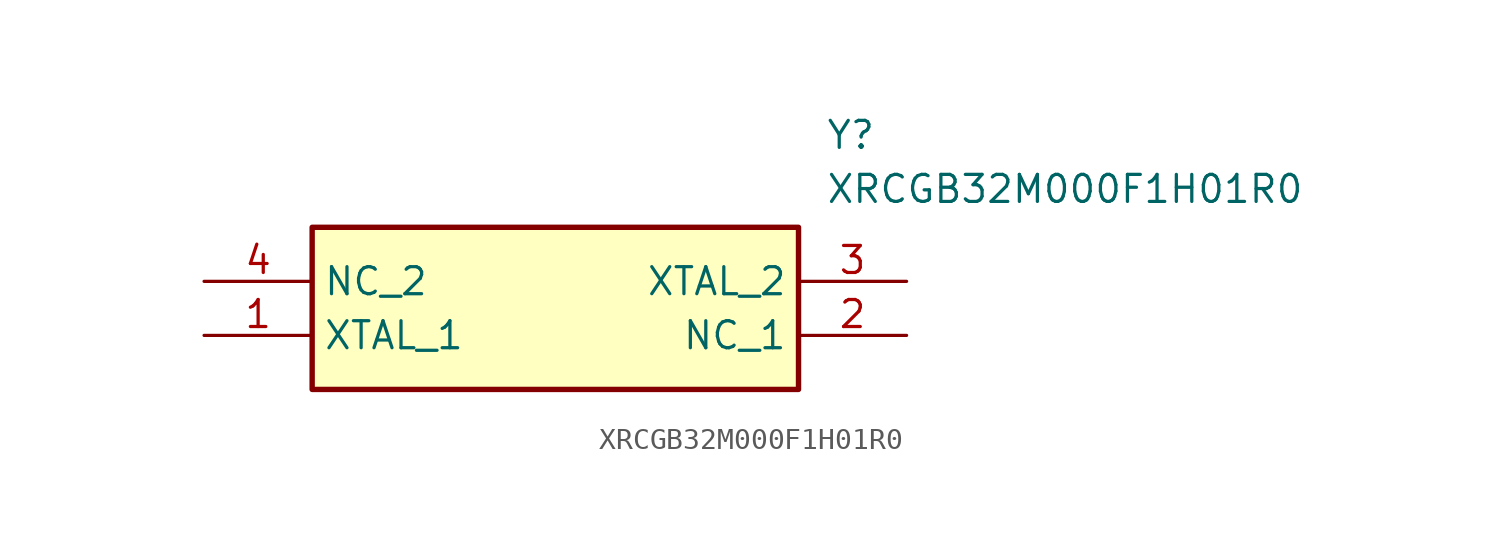
<source format=kicad_sym>
(kicad_symbol_lib
  (version 20211014)
  (generator SamacSys_ECAD_Model)
  (symbol "XRCGB32M000F1H01R0"
    (property "Reference" "Y"
      (at 29.21 7.62 0)
      (effects (font (size 1.27 1.27)) (justify left top)))
    (property "Value" "XRCGB32M000F1H01R0"
      (at 29.21 5.08 0)
      (effects (font (size 1.27 1.27)) (justify left top)))
    (rectangle
      (start 5.08 2.54)
      (end 27.94 -5.08)
      (stroke (width 0.254) (type default))
      (fill (type background)))
    (pin passive line
      (at 0 -2.54 0)
      (length 5.08)
      (name "XTAL_1" (effects (font (size 1.27 1.27))))
      (number "1" (effects (font (size 1.27 1.27)))))
    (pin passive line
      (at 33.02 -2.54 180)
      (length 5.08)
      (name "NC_1" (effects (font (size 1.27 1.27))))
      (number "2" (effects (font (size 1.27 1.27)))))
    (pin passive line
      (at 33.02 0 180)
      (length 5.08)
      (name "XTAL_2" (effects (font (size 1.27 1.27))))
      (number "3" (effects (font (size 1.27 1.27)))))
    (pin passive line
      (at 0 0 0)
      (length 5.08)
      (name "NC_2" (effects (font (size 1.27 1.27))))
      (number "4" (effects (font (size 1.27 1.27)))))))
</source>
